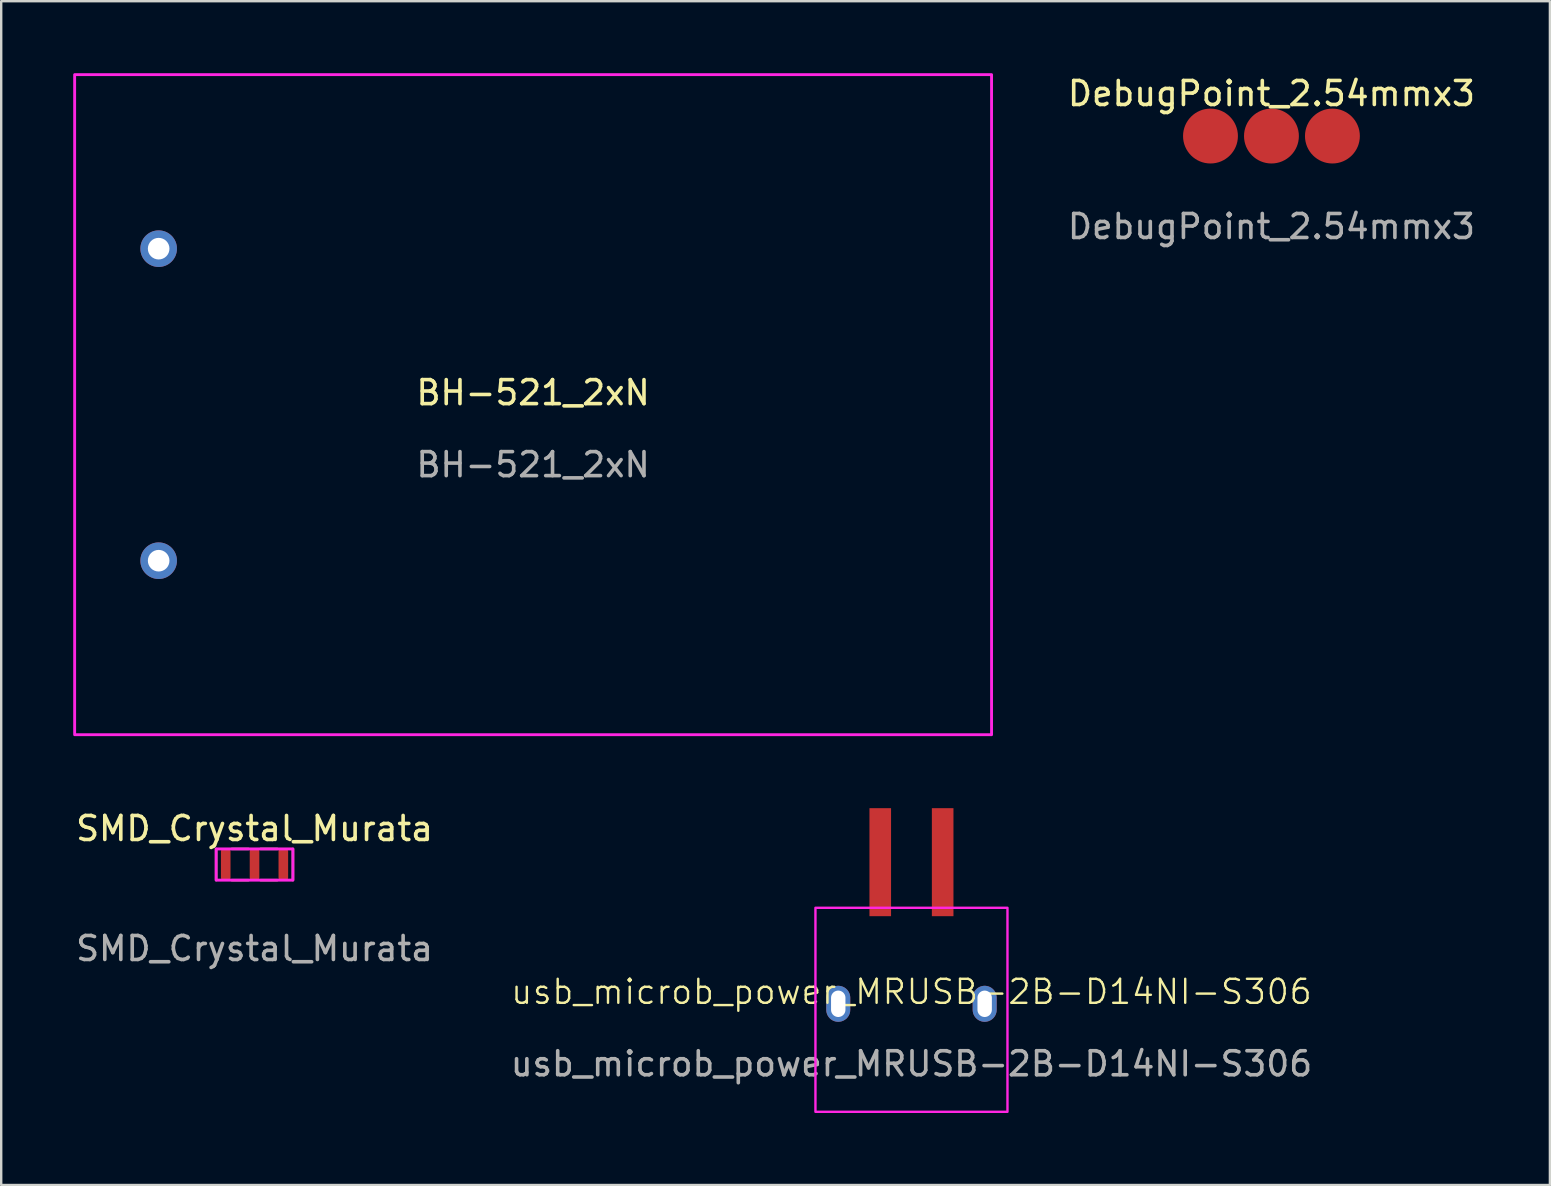
<source format=kicad_pcb>
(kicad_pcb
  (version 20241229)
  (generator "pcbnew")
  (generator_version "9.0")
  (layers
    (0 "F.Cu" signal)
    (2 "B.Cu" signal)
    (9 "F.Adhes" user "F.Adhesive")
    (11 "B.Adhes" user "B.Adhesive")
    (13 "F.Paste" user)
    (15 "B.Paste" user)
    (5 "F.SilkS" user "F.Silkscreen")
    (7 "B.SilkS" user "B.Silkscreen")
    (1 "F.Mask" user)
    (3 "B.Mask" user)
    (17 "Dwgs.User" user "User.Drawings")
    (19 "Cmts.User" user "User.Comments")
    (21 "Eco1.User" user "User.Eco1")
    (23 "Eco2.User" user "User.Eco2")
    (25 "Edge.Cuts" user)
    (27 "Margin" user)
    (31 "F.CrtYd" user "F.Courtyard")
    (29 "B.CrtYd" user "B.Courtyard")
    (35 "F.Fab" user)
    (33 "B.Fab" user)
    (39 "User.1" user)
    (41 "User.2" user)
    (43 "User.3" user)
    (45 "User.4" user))
  (footprint "BH-521_2xN"
    (layer "F.Cu")
    (at 19.16 13.81)
    (property "Reference" "BH-521_2xN" (at 0 -0.5 0) (unlocked yes) (layer "F.SilkS") (effects (font (size 1 1) (thickness 0.15))))
    (attr through_hole)
    (fp_rect (start -19.1 -13.75) (end 19.1 13.75) (stroke (width 0.12) (type default)) (fill no) (layer "F.CrtYd"))
    (fp_text user "${REFERENCE}" (at 0 2.5 0) (unlocked yes) (layer "F.Fab") (effects (font (size 1 1) (thickness 0.15))))
    (pad "1" thru_hole circle (at -15.6 -6.5) (size 1.524 1.524) (drill 0.9) (layers "*.Cu" "*.Mask"))
    (pad "2" thru_hole circle (at -15.6 6.5) (size 1.524 1.524) (drill 0.9) (layers "*.Cu" "*.Mask")))
  (footprint "DebugPoint_2.54mmx3"
    (layer "F.Cu")
    (at 49.921 2.618)
    (property "Reference" "DebugPoint_2.54mmx3" (at 0 -1.77 0) (unlocked yes) (layer "F.SilkS") (effects (font (size 1 1) (thickness 0.15))))
    (attr smd)
    (fp_text user "${REFERENCE}" (at 0 3.77 0) (unlocked yes) (layer "F.Fab") (effects (font (size 1 1) (thickness 0.15))))
    (pad "1" smd circle (at -2.54 0) (size 2.286 2.286) (layers "F.Cu" "F.Mask"))
    (pad "2" smd circle (at 0 0) (size 2.286 2.286) (layers "F.Cu" "F.Mask"))
    (pad "3" smd circle (at 2.54 0) (size 2.286 2.286) (layers "F.Cu" "F.Mask")))
  (footprint "SMD_Crystal_Murata"
    (layer "F.Cu")
    (at 7.554 32.968)
    (property "Reference" "SMD_Crystal_Murata" (at 0 -1.5 0) (unlocked yes) (layer "F.SilkS") (effects (font (size 1 1) (thickness 0.15))))
    (attr smd)
    (fp_line (start -1.6 -0.65) (end -1.6 0.65) (stroke (width 0.1) (type default)) (layer "F.SilkS"))
    (fp_line (start -0.95 -0.65) (end -0.25 -0.65) (stroke (width 0.1) (type default)) (layer "F.SilkS"))
    (fp_line (start -0.95 0.65) (end -0.25 0.65) (stroke (width 0.1) (type default)) (layer "F.SilkS"))
    (fp_line (start 0.25 -0.65) (end 0.95 -0.65) (stroke (width 0.1) (type default)) (layer "F.SilkS"))
    (fp_line (start 0.25 0.65) (end 0.95 0.65) (stroke (width 0.1) (type default)) (layer "F.SilkS"))
    (fp_line (start 1.6 -0.65) (end 1.6 0.65) (stroke (width 0.1) (type default)) (layer "F.SilkS"))
    (fp_rect (start -1.6 -0.65) (end 1.6 0.65) (stroke (width 0.12) (type default)) (fill no) (layer "F.CrtYd"))
    (fp_text user "${REFERENCE}" (at 0 3.5 0) (unlocked yes) (layer "F.Fab") (effects (font (size 1 1) (thickness 0.15))))
    (pad "1" smd roundrect (at -1.2 0) (size 0.4 1.3) (layers "F.Cu" "F.Mask" "F.Paste") (roundrect_rratio 0.25))
    (pad "2" smd roundrect (at 0 0) (size 0.4 1.3) (layers "F.Cu" "F.Mask" "F.Paste") (roundrect_rratio 0.25))
    (pad "3" smd roundrect (at 1.2 0) (size 0.4 1.3) (layers "F.Cu" "F.Mask" "F.Paste") (roundrect_rratio 0.25)))
  (footprint "usb_microb_power_MRUSB-2B-D14NI-S306"
    (layer "F.Cu")
    (at 34.923 38.77)
    (property "Reference" "usb_microb_power_MRUSB-2B-D14NI-S306" (at 0 -0.5 0) (unlocked yes) (layer "F.SilkS") (effects (font (size 1 1) (thickness 0.1))))
    (attr through_hole)
    (fp_rect (start -4 -4) (end 4 4.5) (stroke (width 0.1) (type default)) (fill no) (layer "F.CrtYd"))
    (fp_text user "${REFERENCE}" (at 0 2.5 0) (unlocked yes) (layer "F.Fab") (effects (font (size 1 1) (thickness 0.15))))
    (pad "1" smd rect (at -1.3 -5.9) (size 0.9 4.5) (layers "F.Cu" "F.Mask" "F.Paste"))
    (pad "5" smd rect (at 1.3 -5.9) (size 0.9 4.5) (layers "F.Cu" "F.Mask" "F.Paste"))
    (pad "6" thru_hole oval (at -3.05 0) (size 1 1.5) (drill oval 0.6 1.1) (layers "*.Cu" "*.Mask"))
    (pad "6" thru_hole oval (at 3.05 0) (size 1 1.5) (drill oval 0.6 1.1) (layers "*.Cu" "*.Mask")))
  (gr_rect
    (start -3 -3)
    (end 61.522 46.32)
    (stroke (width 0.1) (type default))
    (fill no)
    (layer "Edge.Cuts")))
</source>
